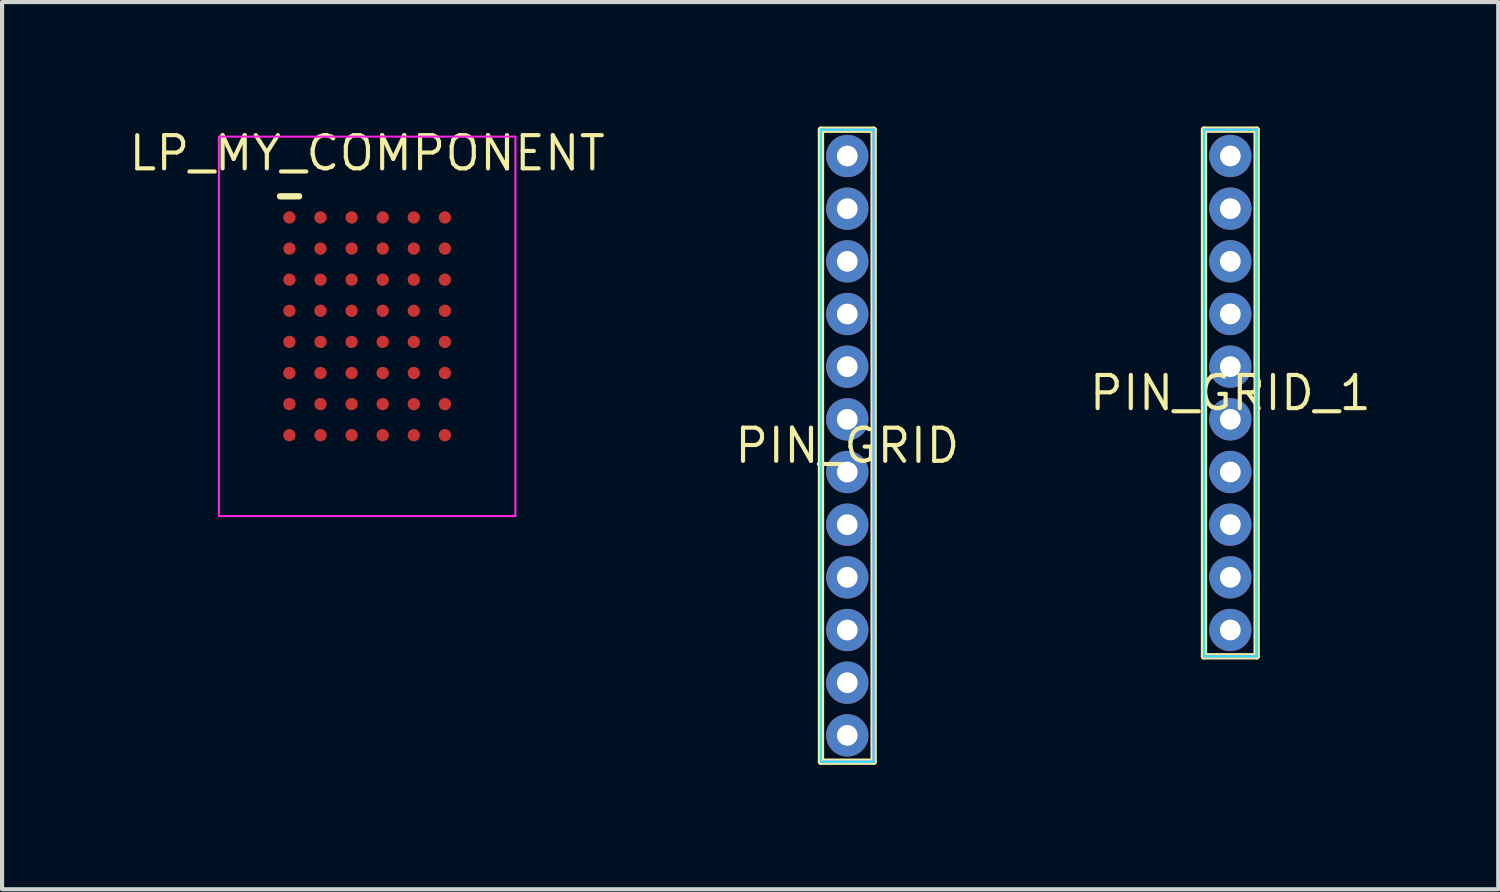
<source format=kicad_pcb>
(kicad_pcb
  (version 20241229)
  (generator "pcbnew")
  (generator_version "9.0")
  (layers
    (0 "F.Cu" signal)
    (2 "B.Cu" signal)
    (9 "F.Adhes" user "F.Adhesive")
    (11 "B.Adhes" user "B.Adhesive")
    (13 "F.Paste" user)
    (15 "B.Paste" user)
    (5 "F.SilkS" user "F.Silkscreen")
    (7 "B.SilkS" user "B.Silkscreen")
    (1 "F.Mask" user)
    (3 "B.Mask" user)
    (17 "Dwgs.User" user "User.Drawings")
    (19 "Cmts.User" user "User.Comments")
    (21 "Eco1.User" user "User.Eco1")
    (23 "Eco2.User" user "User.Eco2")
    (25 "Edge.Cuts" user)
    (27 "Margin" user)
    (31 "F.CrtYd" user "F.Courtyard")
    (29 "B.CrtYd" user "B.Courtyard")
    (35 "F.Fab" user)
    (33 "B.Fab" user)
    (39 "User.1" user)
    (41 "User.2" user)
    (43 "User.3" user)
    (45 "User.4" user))
  (footprint "LP_MY_COMPONENT"
    (layer "F.Cu")
    (at 5.803 4.819)
    (property "Reference" "LP_MY_COMPONENT" (at 0 -4.175 0) (layer "F.SilkS") (effects (font (size 0.8 0.8) (thickness 0.1))))
    (fp_line (start -2.1 -3.136) (end -1.641 -3.136) (stroke (width 0.153) (type solid)) (layer "F.SilkS"))
    (fp_line (start -3.575 -4.575) (end -3.575 4.575) (stroke (width 0.05) (type solid)) (layer "F.CrtYd"))
    (fp_line (start -3.575 4.575) (end 3.575 4.575) (stroke (width 0.05) (type solid)) (layer "F.CrtYd"))
    (fp_line (start 3.575 -4.575) (end -3.575 -4.575) (stroke (width 0.05) (type solid)) (layer "F.CrtYd"))
    (fp_line (start 3.575 4.575) (end 3.575 -4.575) (stroke (width 0.05) (type solid)) (layer "F.CrtYd"))
    (pad "A1" smd circle (at -1.875 -2.625) (size 0.297 0.297) (layers "F.Cu" "F.Mask"))
    (pad "A2" smd circle (at -1.125 -2.625) (size 0.297 0.297) (layers "F.Cu" "F.Mask"))
    (pad "A3" smd circle (at -0.375 -2.625) (size 0.297 0.297) (layers "F.Cu" "F.Mask"))
    (pad "A4" smd circle (at 0.375 -2.625) (size 0.297 0.297) (layers "F.Cu" "F.Mask"))
    (pad "A5" smd circle (at 1.125 -2.625) (size 0.297 0.297) (layers "F.Cu" "F.Mask"))
    (pad "A6" smd circle (at 1.875 -2.625) (size 0.297 0.297) (layers "F.Cu" "F.Mask"))
    (pad "B1" smd circle (at -1.875 -1.875) (size 0.297 0.297) (layers "F.Cu" "F.Mask"))
    (pad "B2" smd circle (at -1.125 -1.875) (size 0.297 0.297) (layers "F.Cu" "F.Mask"))
    (pad "B3" smd circle (at -0.375 -1.875) (size 0.297 0.297) (layers "F.Cu" "F.Mask"))
    (pad "B4" smd circle (at 0.375 -1.875) (size 0.297 0.297) (layers "F.Cu" "F.Mask"))
    (pad "B5" smd circle (at 1.125 -1.875) (size 0.297 0.297) (layers "F.Cu" "F.Mask"))
    (pad "B6" smd circle (at 1.875 -1.875) (size 0.297 0.297) (layers "F.Cu" "F.Mask"))
    (pad "C1" smd circle (at -1.875 -1.125) (size 0.297 0.297) (layers "F.Cu" "F.Mask"))
    (pad "C2" smd circle (at -1.125 -1.125) (size 0.297 0.297) (layers "F.Cu" "F.Mask"))
    (pad "C3" smd circle (at -0.375 -1.125) (size 0.297 0.297) (layers "F.Cu" "F.Mask"))
    (pad "C4" smd circle (at 0.375 -1.125) (size 0.297 0.297) (layers "F.Cu" "F.Mask"))
    (pad "C5" smd circle (at 1.125 -1.125) (size 0.297 0.297) (layers "F.Cu" "F.Mask"))
    (pad "C6" smd circle (at 1.875 -1.125) (size 0.297 0.297) (layers "F.Cu" "F.Mask"))
    (pad "D1" smd circle (at -1.875 -0.375) (size 0.297 0.297) (layers "F.Cu" "F.Mask"))
    (pad "D2" smd circle (at -1.125 -0.375) (size 0.297 0.297) (layers "F.Cu" "F.Mask"))
    (pad "D3" smd circle (at -0.375 -0.375) (size 0.297 0.297) (layers "F.Cu" "F.Mask"))
    (pad "D4" smd circle (at 0.375 -0.375) (size 0.297 0.297) (layers "F.Cu" "F.Mask"))
    (pad "D5" smd circle (at 1.125 -0.375) (size 0.297 0.297) (layers "F.Cu" "F.Mask"))
    (pad "D6" smd circle (at 1.875 -0.375) (size 0.297 0.297) (layers "F.Cu" "F.Mask"))
    (pad "E1" smd circle (at -1.875 0.375) (size 0.297 0.297) (layers "F.Cu" "F.Mask"))
    (pad "E2" smd circle (at -1.125 0.375) (size 0.297 0.297) (layers "F.Cu" "F.Mask"))
    (pad "E3" smd circle (at -0.375 0.375) (size 0.297 0.297) (layers "F.Cu" "F.Mask"))
    (pad "E4" smd circle (at 0.375 0.375) (size 0.297 0.297) (layers "F.Cu" "F.Mask"))
    (pad "E5" smd circle (at 1.125 0.375) (size 0.297 0.297) (layers "F.Cu" "F.Mask"))
    (pad "E6" smd circle (at 1.875 0.375) (size 0.297 0.297) (layers "F.Cu" "F.Mask"))
    (pad "F1" smd circle (at -1.875 1.125) (size 0.297 0.297) (layers "F.Cu" "F.Mask"))
    (pad "F2" smd circle (at -1.125 1.125) (size 0.297 0.297) (layers "F.Cu" "F.Mask"))
    (pad "F3" smd circle (at -0.375 1.125) (size 0.297 0.297) (layers "F.Cu" "F.Mask"))
    (pad "F4" smd circle (at 0.375 1.125) (size 0.297 0.297) (layers "F.Cu" "F.Mask"))
    (pad "F5" smd circle (at 1.125 1.125) (size 0.297 0.297) (layers "F.Cu" "F.Mask"))
    (pad "F6" smd circle (at 1.875 1.125) (size 0.297 0.297) (layers "F.Cu" "F.Mask"))
    (pad "G1" smd circle (at -1.875 1.875) (size 0.297 0.297) (layers "F.Cu" "F.Mask"))
    (pad "G2" smd circle (at -1.125 1.875) (size 0.297 0.297) (layers "F.Cu" "F.Mask"))
    (pad "G3" smd circle (at -0.375 1.875) (size 0.297 0.297) (layers "F.Cu" "F.Mask"))
    (pad "G4" smd circle (at 0.375 1.875) (size 0.297 0.297) (layers "F.Cu" "F.Mask"))
    (pad "G5" smd circle (at 1.125 1.875) (size 0.297 0.297) (layers "F.Cu" "F.Mask"))
    (pad "G6" smd circle (at 1.875 1.875) (size 0.297 0.297) (layers "F.Cu" "F.Mask"))
    (pad "H1" smd circle (at -1.875 2.625) (size 0.297 0.297) (layers "F.Cu" "F.Mask"))
    (pad "H2" smd circle (at -1.125 2.625) (size 0.297 0.297) (layers "F.Cu" "F.Mask"))
    (pad "H3" smd circle (at -0.375 2.625) (size 0.297 0.297) (layers "F.Cu" "F.Mask"))
    (pad "H4" smd circle (at 0.375 2.625) (size 0.297 0.297) (layers "F.Cu" "F.Mask"))
    (pad "H5" smd circle (at 1.125 2.625) (size 0.297 0.297) (layers "F.Cu" "F.Mask"))
    (pad "H6" smd circle (at 1.875 2.625) (size 0.297 0.297) (layers "F.Cu" "F.Mask")))
  (footprint "PIN_GRID"
    (layer "F.Cu")
    (at 17.381 7.697)
    (property "Reference" "PIN_GRID" (at 0 0 0) (layer "F.SilkS") (effects (font (size 0.8 0.8) (thickness 0.1))))
    (fp_line (start -0.635 -7.62) (end -0.635 7.62) (stroke (width 0.153) (type solid)) (layer "F.SilkS"))
    (fp_line (start -0.635 7.62) (end 0.635 7.62) (stroke (width 0.153) (type solid)) (layer "F.SilkS"))
    (fp_line (start 0.635 -7.62) (end -0.635 -7.62) (stroke (width 0.153) (type solid)) (layer "F.SilkS"))
    (fp_line (start 0.635 7.62) (end 0.635 -7.62) (stroke (width 0.153) (type solid)) (layer "F.SilkS"))
    (fp_line (start -0.635 -7.62) (end -0.635 7.62) (stroke (width 0.05) (type solid)) (layer "B.CrtYd"))
    (fp_line (start -0.635 7.62) (end 0.635 7.62) (stroke (width 0.05) (type solid)) (layer "B.CrtYd"))
    (fp_line (start 0.635 -7.62) (end -0.635 -7.62) (stroke (width 0.05) (type solid)) (layer "B.CrtYd"))
    (fp_line (start 0.635 7.62) (end 0.635 -7.62) (stroke (width 0.05) (type solid)) (layer "B.CrtYd"))
    (fp_line (start -0.635 -7.62) (end -0.635 7.62) (stroke (width 0.05) (type solid)) (layer "F.CrtYd"))
    (fp_line (start -0.635 7.62) (end 0.635 7.62) (stroke (width 0.05) (type solid)) (layer "F.CrtYd"))
    (fp_line (start 0.635 -7.62) (end -0.635 -7.62) (stroke (width 0.05) (type solid)) (layer "F.CrtYd"))
    (fp_line (start 0.635 7.62) (end 0.635 -7.62) (stroke (width 0.05) (type solid)) (layer "F.CrtYd"))
    (pad "1" thru_hole circle (at 0 -6.985) (size 1.02 1.02) (drill 0.5) (layers "*.Cu" "*.Mask"))
    (pad "2" thru_hole circle (at 0 -5.715) (size 1.02 1.02) (drill 0.5) (layers "*.Cu" "*.Mask"))
    (pad "3" thru_hole circle (at 0 -4.445) (size 1.02 1.02) (drill 0.5) (layers "*.Cu" "*.Mask"))
    (pad "4" thru_hole circle (at 0 -3.175) (size 1.02 1.02) (drill 0.5) (layers "*.Cu" "*.Mask"))
    (pad "5" thru_hole circle (at 0 -1.905) (size 1.02 1.02) (drill 0.5) (layers "*.Cu" "*.Mask"))
    (pad "6" thru_hole circle (at 0 -0.635) (size 1.02 1.02) (drill 0.5) (layers "*.Cu" "*.Mask"))
    (pad "7" thru_hole circle (at 0 0.635) (size 1.02 1.02) (drill 0.5) (layers "*.Cu" "*.Mask"))
    (pad "8" thru_hole circle (at 0 1.905) (size 1.02 1.02) (drill 0.5) (layers "*.Cu" "*.Mask"))
    (pad "9" thru_hole circle (at 0 3.175) (size 1.02 1.02) (drill 0.5) (layers "*.Cu" "*.Mask"))
    (pad "10" thru_hole circle (at 0 4.445) (size 1.02 1.02) (drill 0.5) (layers "*.Cu" "*.Mask"))
    (pad "11" thru_hole circle (at 0 5.715) (size 1.02 1.02) (drill 0.5) (layers "*.Cu" "*.Mask"))
    (pad "12" thru_hole circle (at 0 6.985) (size 1.02 1.02) (drill 0.5) (layers "*.Cu" "*.Mask")))
  (footprint "PIN_GRID_1"
    (layer "F.Cu")
    (at 26.617 6.426)
    (property "Reference" "PIN_GRID_1" (at 0 0 0) (layer "F.SilkS") (effects (font (size 0.8 0.8) (thickness 0.1))))
    (fp_line (start -0.635 -6.35) (end -0.635 6.35) (stroke (width 0.153) (type solid)) (layer "F.SilkS"))
    (fp_line (start -0.635 6.35) (end 0.635 6.35) (stroke (width 0.153) (type solid)) (layer "F.SilkS"))
    (fp_line (start 0.635 -6.35) (end -0.635 -6.35) (stroke (width 0.153) (type solid)) (layer "F.SilkS"))
    (fp_line (start 0.635 6.35) (end 0.635 -6.35) (stroke (width 0.153) (type solid)) (layer "F.SilkS"))
    (fp_line (start -0.635 -6.35) (end -0.635 6.35) (stroke (width 0.05) (type solid)) (layer "B.CrtYd"))
    (fp_line (start -0.635 6.35) (end 0.635 6.35) (stroke (width 0.05) (type solid)) (layer "B.CrtYd"))
    (fp_line (start 0.635 -6.35) (end -0.635 -6.35) (stroke (width 0.05) (type solid)) (layer "B.CrtYd"))
    (fp_line (start 0.635 6.35) (end 0.635 -6.35) (stroke (width 0.05) (type solid)) (layer "B.CrtYd"))
    (fp_line (start -0.635 -6.35) (end -0.635 6.35) (stroke (width 0.05) (type solid)) (layer "F.CrtYd"))
    (fp_line (start -0.635 6.35) (end 0.635 6.35) (stroke (width 0.05) (type solid)) (layer "F.CrtYd"))
    (fp_line (start 0.635 -6.35) (end -0.635 -6.35) (stroke (width 0.05) (type solid)) (layer "F.CrtYd"))
    (fp_line (start 0.635 6.35) (end 0.635 -6.35) (stroke (width 0.05) (type solid)) (layer "F.CrtYd"))
    (pad "1" thru_hole circle (at 0 -5.715) (size 1.02 1.02) (drill 0.5) (layers "*.Cu" "*.Mask"))
    (pad "2" thru_hole circle (at 0 -4.445) (size 1.02 1.02) (drill 0.5) (layers "*.Cu" "*.Mask"))
    (pad "3" thru_hole circle (at 0 -3.175) (size 1.02 1.02) (drill 0.5) (layers "*.Cu" "*.Mask"))
    (pad "4" thru_hole circle (at 0 -1.905) (size 1.02 1.02) (drill 0.5) (layers "*.Cu" "*.Mask"))
    (pad "5" thru_hole circle (at 0 -0.635) (size 1.02 1.02) (drill 0.5) (layers "*.Cu" "*.Mask"))
    (pad "6" thru_hole circle (at 0 0.635) (size 1.02 1.02) (drill 0.5) (layers "*.Cu" "*.Mask"))
    (pad "7" thru_hole circle (at 0 1.905) (size 1.02 1.02) (drill 0.5) (layers "*.Cu" "*.Mask"))
    (pad "8" thru_hole circle (at 0 3.175) (size 1.02 1.02) (drill 0.5) (layers "*.Cu" "*.Mask"))
    (pad "9" thru_hole circle (at 0 4.445) (size 1.02 1.02) (drill 0.5) (layers "*.Cu" "*.Mask"))
    (pad "10" thru_hole circle (at 0 5.715) (size 1.02 1.02) (drill 0.5) (layers "*.Cu" "*.Mask")))
  (gr_rect
    (start -3 -3)
    (end 33.077 18.393)
    (stroke (width 0.1) (type default))
    (fill no)
    (layer "Edge.Cuts")))
</source>
